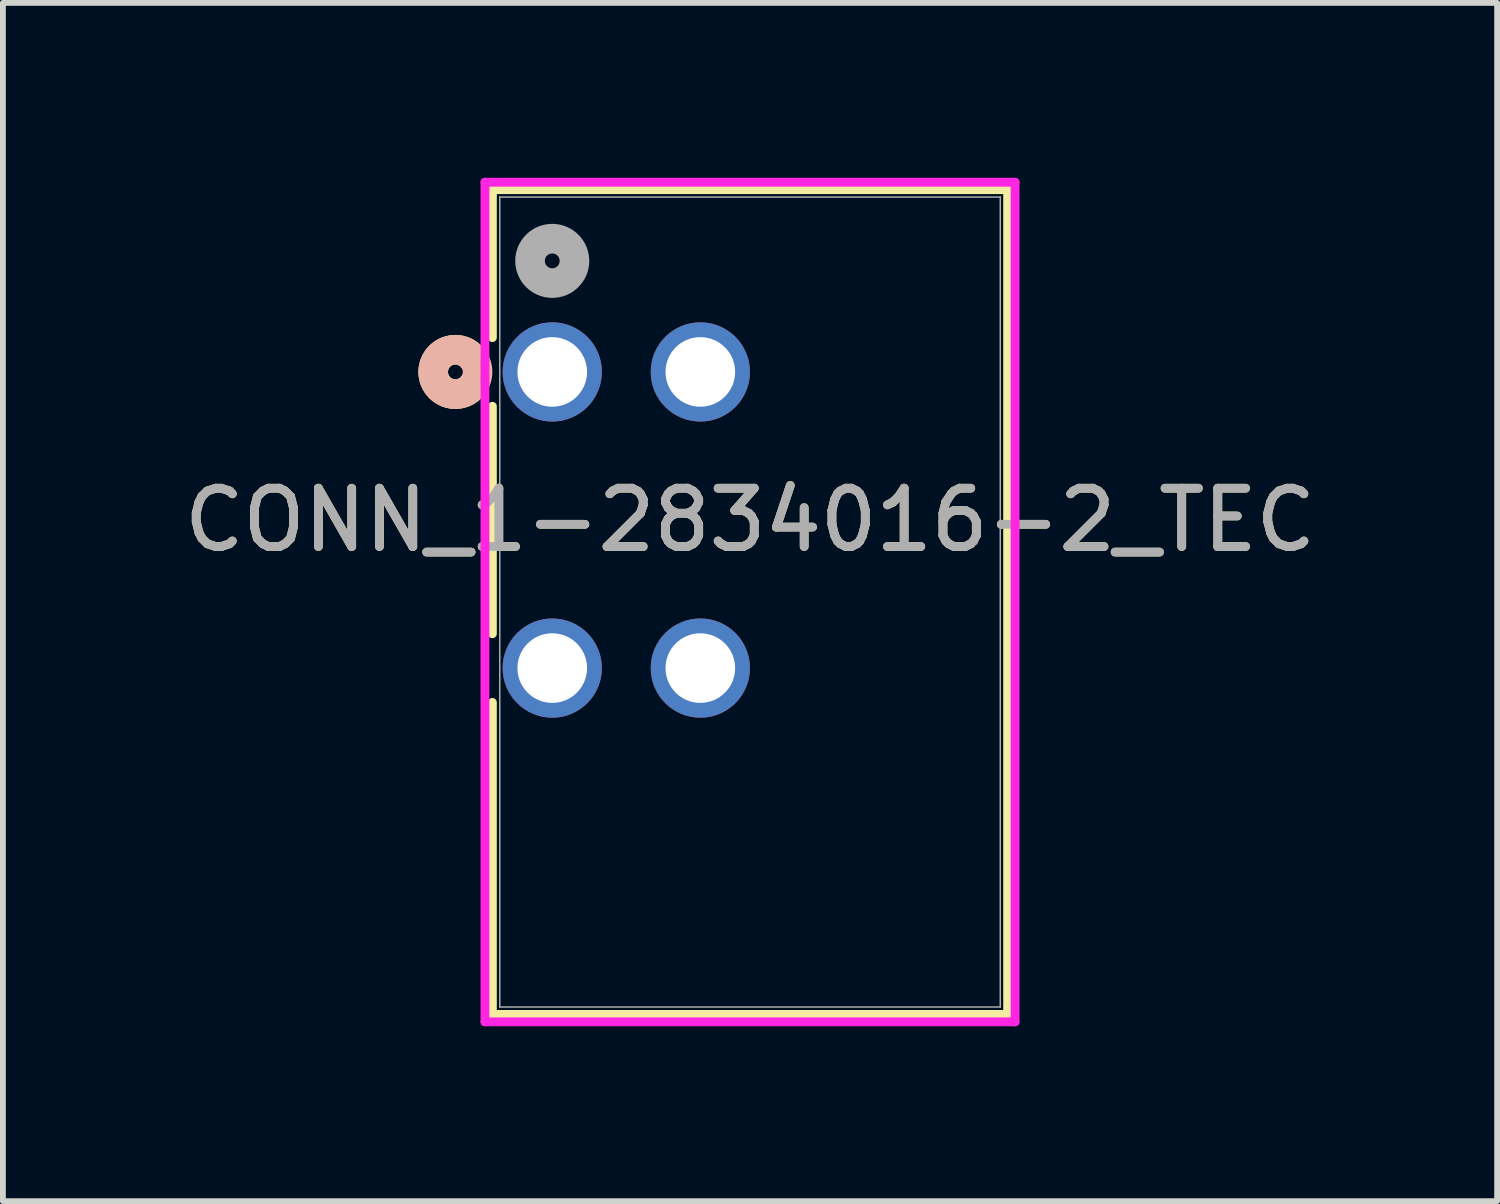
<source format=kicad_pcb>
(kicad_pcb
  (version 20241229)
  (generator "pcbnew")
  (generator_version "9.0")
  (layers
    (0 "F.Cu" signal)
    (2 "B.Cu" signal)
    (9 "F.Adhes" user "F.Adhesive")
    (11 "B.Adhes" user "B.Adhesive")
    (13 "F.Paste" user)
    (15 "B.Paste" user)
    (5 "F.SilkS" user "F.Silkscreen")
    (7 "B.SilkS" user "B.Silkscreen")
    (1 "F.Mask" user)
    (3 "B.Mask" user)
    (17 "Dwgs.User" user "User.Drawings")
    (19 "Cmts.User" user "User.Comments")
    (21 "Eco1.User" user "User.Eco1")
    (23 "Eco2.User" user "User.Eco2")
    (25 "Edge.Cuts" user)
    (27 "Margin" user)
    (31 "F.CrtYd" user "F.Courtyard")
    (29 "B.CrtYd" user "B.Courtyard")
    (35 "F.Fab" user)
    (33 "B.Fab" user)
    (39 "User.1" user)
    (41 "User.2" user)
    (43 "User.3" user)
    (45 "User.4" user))
  (footprint "CONN_1-2834016-2_TEC"
    (layer "F.Cu")
    (at 6.423 3.33)
    (property "Reference" "CONN_1-2834016-2_TEC" (at 3.393 2.54 0) (unlocked yes) (layer "F.SilkS") (effects (font (size 1 1) (thickness 0.15))))
    (attr through_hole)
    (fp_line (start -1.027 -3.127) (end -1.027 -0.589) (stroke (width 0.152) (type solid)) (layer "F.SilkS"))
    (fp_line (start -1.027 0.589) (end -1.027 4.491) (stroke (width 0.152) (type solid)) (layer "F.SilkS"))
    (fp_line (start -1.027 5.669) (end -1.027 11.021) (stroke (width 0.152) (type solid)) (layer "F.SilkS"))
    (fp_line (start -1.027 11.021) (end 7.812 11.021) (stroke (width 0.152) (type solid)) (layer "F.SilkS"))
    (fp_line (start 7.812 -3.127) (end -1.027 -3.127) (stroke (width 0.152) (type solid)) (layer "F.SilkS"))
    (fp_line (start 7.812 11.021) (end 7.812 -3.127) (stroke (width 0.152) (type solid)) (layer "F.SilkS"))
    (fp_arc (start -1.344931 0.211372) (mid -2.042922 0) (end -1.344931 -0.211372) (stroke (width 0.508) (type solid)) (layer "F.SilkS"))
    (fp_circle (center -1.662 0) (end -1.281 0) (stroke (width 0.508) (type solid)) (fill no) (layer "B.SilkS"))
    (fp_line (start -1.154 -3.254) (end -1.154 11.148) (stroke (width 0.152) (type solid)) (layer "F.CrtYd"))
    (fp_line (start -1.154 11.148) (end 7.939 11.148) (stroke (width 0.152) (type solid)) (layer "F.CrtYd"))
    (fp_line (start 7.939 -3.254) (end -1.154 -3.254) (stroke (width 0.152) (type solid)) (layer "F.CrtYd"))
    (fp_line (start 7.939 11.148) (end 7.939 -3.254) (stroke (width 0.152) (type solid)) (layer "F.CrtYd"))
    (fp_line (start -0.9 -3) (end -0.9 10.894) (stroke (width 0.025) (type solid)) (layer "F.Fab"))
    (fp_line (start -0.9 10.894) (end 7.685 10.894) (stroke (width 0.025) (type solid)) (layer "F.Fab"))
    (fp_line (start 7.685 -3) (end -0.9 -3) (stroke (width 0.025) (type solid)) (layer "F.Fab"))
    (fp_line (start 7.685 10.894) (end 7.685 -3) (stroke (width 0.025) (type solid)) (layer "F.Fab"))
    (fp_circle (center 0 -1.905) (end 0.381 -1.905) (stroke (width 0.508) (type solid)) (fill no) (layer "F.Fab"))
    (fp_text user "${REFERENCE}" (at 3.393 2.54 0) (unlocked yes) (layer "F.Fab") (effects (font (size 1 1) (thickness 0.15))))
    (pad "1" thru_hole circle (at 0 0) (size 1.702 1.702) (drill 1.194) (layers "*.Cu" "*.Mask"))
    (pad "2" thru_hole circle (at 0 5.08) (size 1.702 1.702) (drill 1.194) (layers "*.Cu" "*.Mask"))
    (pad "3" thru_hole circle (at 2.54 0) (size 1.702 1.702) (drill 1.194) (layers "*.Cu" "*.Mask"))
    (pad "4" thru_hole circle (at 2.54 5.08) (size 1.702 1.702) (drill 1.194) (layers "*.Cu" "*.Mask")))
  (gr_rect
    (start -3 -3)
    (end 22.631 17.554)
    (stroke (width 0.1) (type default))
    (fill no)
    (layer "Edge.Cuts")))
</source>
